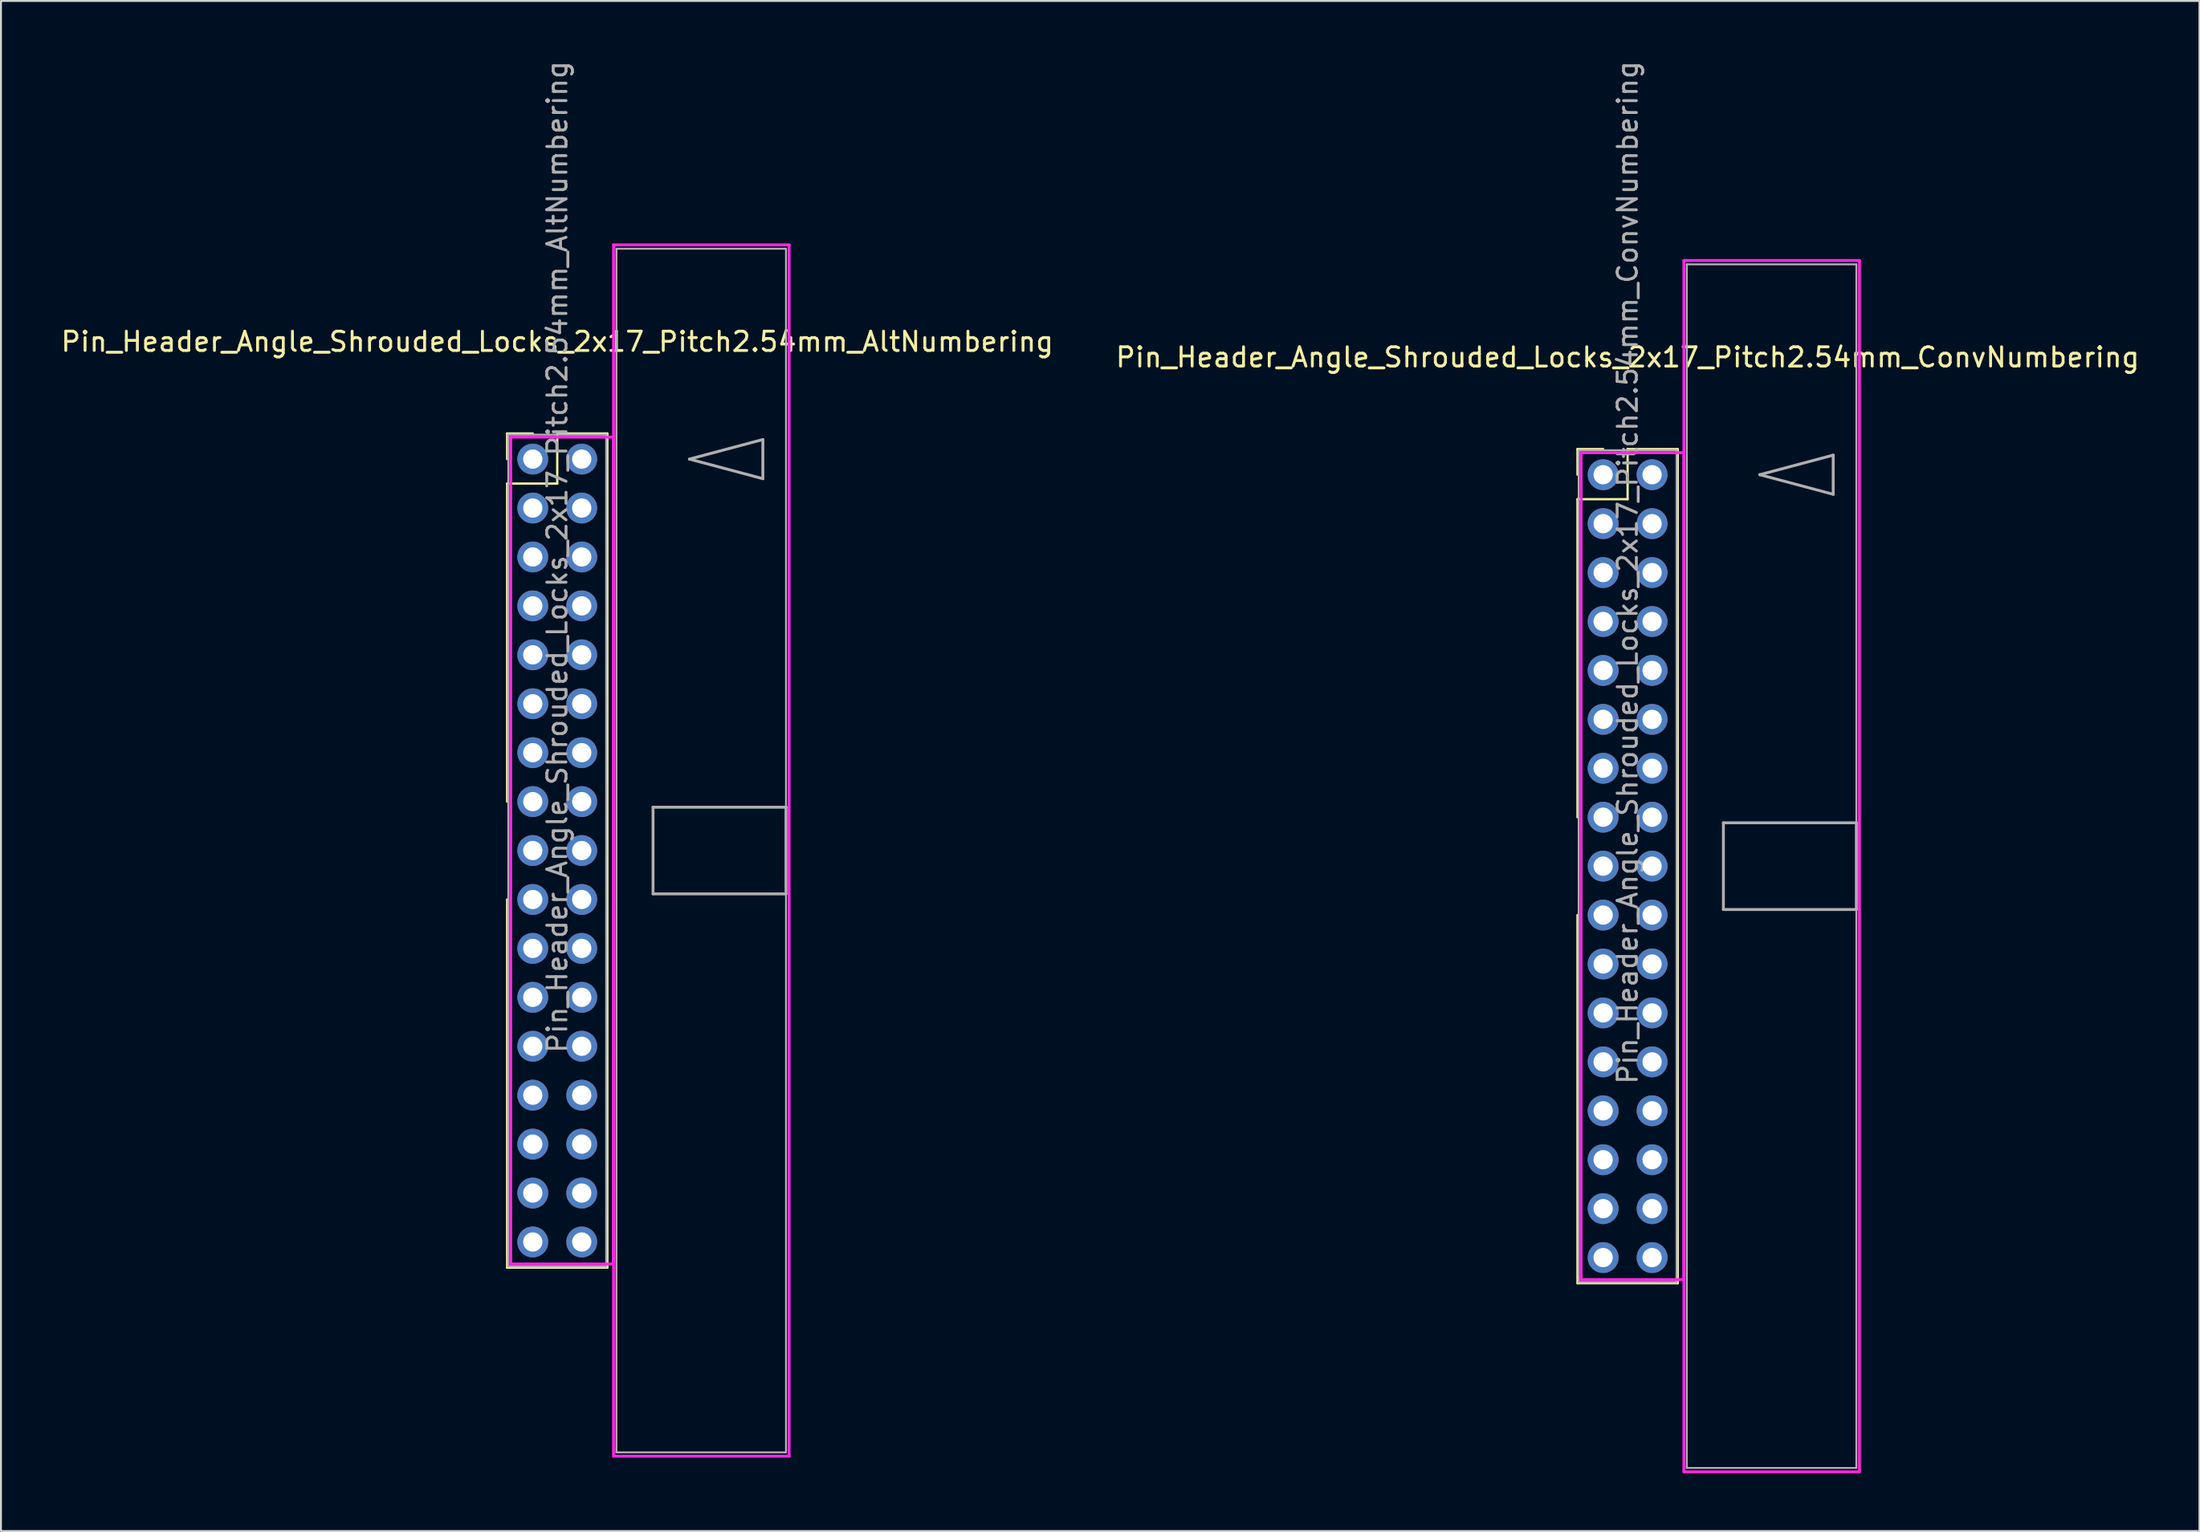
<source format=kicad_pcb>
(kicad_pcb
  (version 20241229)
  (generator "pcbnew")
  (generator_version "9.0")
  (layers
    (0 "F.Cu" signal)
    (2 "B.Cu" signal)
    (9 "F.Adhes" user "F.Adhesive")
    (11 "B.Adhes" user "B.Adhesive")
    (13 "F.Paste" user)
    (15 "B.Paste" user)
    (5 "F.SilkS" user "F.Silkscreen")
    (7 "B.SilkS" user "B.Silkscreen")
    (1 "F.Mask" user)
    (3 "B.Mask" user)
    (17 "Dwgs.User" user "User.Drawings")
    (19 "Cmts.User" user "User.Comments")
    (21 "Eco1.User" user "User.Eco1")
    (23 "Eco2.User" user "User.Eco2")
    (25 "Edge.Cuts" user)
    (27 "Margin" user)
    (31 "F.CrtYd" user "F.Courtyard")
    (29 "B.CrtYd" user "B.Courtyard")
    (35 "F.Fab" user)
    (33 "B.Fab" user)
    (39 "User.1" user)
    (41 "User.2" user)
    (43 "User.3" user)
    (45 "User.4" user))
  (footprint "Pin_Header_Angle_Shrouded_Locks_2x17_Pitch2.54mm_AltNumbering"
    (layer "F.Cu")
    (at 24.593 20.783)
    (property "Reference" "Pin_Header_Angle_Shrouded_Locks_2x17_Pitch2.54mm_AltNumbering" (at 1.27 -6.096 0) (layer "F.SilkS") (effects (font (size 1 1) (thickness 0.15))))
    (attr through_hole)
    (fp_line (start -1.33 -1.33) (end 0 -1.33) (stroke (width 0.12) (type solid)) (layer "F.SilkS"))
    (fp_line (start -1.33 0) (end -1.33 -1.33) (stroke (width 0.12) (type solid)) (layer "F.SilkS"))
    (fp_line (start -1.33 1.27) (end -1.33 17.78) (stroke (width 0.12) (type solid)) (layer "F.SilkS"))
    (fp_line (start -1.33 1.27) (end 1.27 1.27) (stroke (width 0.12) (type solid)) (layer "F.SilkS"))
    (fp_line (start -1.33 22.86) (end -1.33 41.97) (stroke (width 0.12) (type solid)) (layer "F.SilkS"))
    (fp_line (start -1.33 41.97) (end 3.87 41.97) (stroke (width 0.12) (type solid)) (layer "F.SilkS"))
    (fp_line (start 1.27 -1.33) (end 3.87 -1.33) (stroke (width 0.12) (type solid)) (layer "F.SilkS"))
    (fp_line (start 1.27 1.27) (end 1.27 -1.33) (stroke (width 0.12) (type solid)) (layer "F.SilkS"))
    (fp_line (start 3.87 -1.33) (end 3.87 41.97) (stroke (width 0.12) (type solid)) (layer "F.SilkS"))
    (fp_line (start -1.143 -1.143) (end -1.143 41.783) (stroke (width 0.15) (type solid)) (layer "F.CrtYd"))
    (fp_line (start -1.143 41.783) (end 4.19 41.783) (stroke (width 0.15) (type solid)) (layer "F.CrtYd"))
    (fp_line (start 4.19 -11.12) (end 4.19 51.76) (stroke (width 0.15) (type solid)) (layer "F.CrtYd"))
    (fp_line (start 4.19 -1.143) (end -1.143 -1.143) (stroke (width 0.15) (type solid)) (layer "F.CrtYd"))
    (fp_line (start 4.19 41.783) (end 4.19 -1.143) (stroke (width 0.15) (type solid)) (layer "F.CrtYd"))
    (fp_line (start 4.19 51.76) (end 13.3 51.76) (stroke (width 0.15) (type solid)) (layer "F.CrtYd"))
    (fp_line (start 13.3 -11.12) (end 4.19 -11.12) (stroke (width 0.15) (type solid)) (layer "F.CrtYd"))
    (fp_line (start 13.3 51.76) (end 13.3 -11.12) (stroke (width 0.15) (type solid)) (layer "F.CrtYd"))
    (fp_line (start -1.27 -1.27) (end -1.27 41.91) (stroke (width 0.1) (type solid)) (layer "F.Fab"))
    (fp_line (start -1.27 41.91) (end 3.81 41.91) (stroke (width 0.1) (type solid)) (layer "F.Fab"))
    (fp_line (start 3.81 -1.27) (end -1.27 -1.27) (stroke (width 0.1) (type solid)) (layer "F.Fab"))
    (fp_line (start 3.81 41.91) (end 3.81 -1.27) (stroke (width 0.1) (type solid)) (layer "F.Fab"))
    (fp_line (start 4.34 -10.92) (end 4.34 51.56) (stroke (width 0.1) (type solid)) (layer "F.Fab"))
    (fp_line (start 4.34 51.56) (end 13.14 51.56) (stroke (width 0.1) (type solid)) (layer "F.Fab"))
    (fp_line (start 6.24 18.07) (end 6.24 22.57) (stroke (width 0.15) (type solid)) (layer "F.Fab"))
    (fp_line (start 6.24 22.57) (end 13.14 22.57) (stroke (width 0.15) (type solid)) (layer "F.Fab"))
    (fp_line (start 8.128 0) (end 11.938 -1.016) (stroke (width 0.15) (type solid)) (layer "F.Fab"))
    (fp_line (start 11.938 -1.016) (end 11.938 1.016) (stroke (width 0.15) (type solid)) (layer "F.Fab"))
    (fp_line (start 11.938 1.016) (end 8.128 0) (stroke (width 0.15) (type solid)) (layer "F.Fab"))
    (fp_line (start 13.14 -10.92) (end 4.34 -10.92) (stroke (width 0.1) (type solid)) (layer "F.Fab"))
    (fp_line (start 13.14 18.07) (end 6.24 18.07) (stroke (width 0.15) (type solid)) (layer "F.Fab"))
    (fp_line (start 13.14 22.57) (end 13.14 18.07) (stroke (width 0.15) (type solid)) (layer "F.Fab"))
    (fp_line (start 13.14 51.56) (end 13.14 -10.92) (stroke (width 0.1) (type solid)) (layer "F.Fab"))
    (fp_text user "${REFERENCE}" (at 1.27 5.08 90) (layer "F.Fab") (effects (font (size 1 1) (thickness 0.15))))
    (pad "1" thru_hole oval (at 0 0) (size 1.6 1.6) (drill 1) (layers "*.Cu" "*.Mask"))
    (pad "2" thru_hole oval (at 0 2.54) (size 1.6 1.6) (drill 1) (layers "*.Cu" "*.Mask"))
    (pad "3" thru_hole oval (at 0 5.08) (size 1.6 1.6) (drill 1) (layers "*.Cu" "*.Mask"))
    (pad "4" thru_hole oval (at 0 7.62) (size 1.6 1.6) (drill 1) (layers "*.Cu" "*.Mask"))
    (pad "5" thru_hole oval (at 0 10.16) (size 1.6 1.6) (drill 1) (layers "*.Cu" "*.Mask"))
    (pad "6" thru_hole oval (at 0 12.7) (size 1.6 1.6) (drill 1) (layers "*.Cu" "*.Mask"))
    (pad "7" thru_hole oval (at 0 15.24) (size 1.6 1.6) (drill 1) (layers "*.Cu" "*.Mask"))
    (pad "8" thru_hole oval (at 0 17.78) (size 1.6 1.6) (drill 1) (layers "*.Cu" "*.Mask"))
    (pad "9" thru_hole oval (at 0 20.32) (size 1.6 1.6) (drill 1) (layers "*.Cu" "*.Mask"))
    (pad "10" thru_hole oval (at 0 22.86) (size 1.6 1.6) (drill 1) (layers "*.Cu" "*.Mask"))
    (pad "11" thru_hole oval (at 0 25.4) (size 1.6 1.6) (drill 1) (layers "*.Cu" "*.Mask"))
    (pad "12" thru_hole oval (at 0 27.94) (size 1.6 1.6) (drill 1) (layers "*.Cu" "*.Mask"))
    (pad "13" thru_hole oval (at 0 30.48) (size 1.6 1.6) (drill 1) (layers "*.Cu" "*.Mask"))
    (pad "14" thru_hole oval (at 0 33.02) (size 1.6 1.6) (drill 1) (layers "*.Cu" "*.Mask"))
    (pad "15" thru_hole oval (at 0 35.56) (size 1.6 1.6) (drill 1) (layers "*.Cu" "*.Mask"))
    (pad "16" thru_hole oval (at 0 38.1) (size 1.6 1.6) (drill 1) (layers "*.Cu" "*.Mask"))
    (pad "17" thru_hole oval (at 0 40.64) (size 1.6 1.6) (drill 1) (layers "*.Cu" "*.Mask"))
    (pad "18" thru_hole oval (at 2.54 0) (size 1.6 1.6) (drill 1) (layers "*.Cu" "*.Mask"))
    (pad "19" thru_hole oval (at 2.54 2.54) (size 1.6 1.6) (drill 1) (layers "*.Cu" "*.Mask"))
    (pad "20" thru_hole oval (at 2.54 5.08) (size 1.6 1.6) (drill 1) (layers "*.Cu" "*.Mask"))
    (pad "21" thru_hole oval (at 2.54 7.62) (size 1.6 1.6) (drill 1) (layers "*.Cu" "*.Mask"))
    (pad "22" thru_hole oval (at 2.54 10.16) (size 1.6 1.6) (drill 1) (layers "*.Cu" "*.Mask"))
    (pad "23" thru_hole oval (at 2.54 12.7) (size 1.6 1.6) (drill 1) (layers "*.Cu" "*.Mask"))
    (pad "24" thru_hole oval (at 2.54 15.24) (size 1.6 1.6) (drill 1) (layers "*.Cu" "*.Mask"))
    (pad "25" thru_hole oval (at 2.54 17.78) (size 1.6 1.6) (drill 1) (layers "*.Cu" "*.Mask"))
    (pad "26" thru_hole oval (at 2.54 20.32) (size 1.6 1.6) (drill 1) (layers "*.Cu" "*.Mask"))
    (pad "27" thru_hole oval (at 2.54 22.86) (size 1.6 1.6) (drill 1) (layers "*.Cu" "*.Mask"))
    (pad "28" thru_hole oval (at 2.54 25.4) (size 1.6 1.6) (drill 1) (layers "*.Cu" "*.Mask"))
    (pad "29" thru_hole oval (at 2.54 27.94) (size 1.6 1.6) (drill 1) (layers "*.Cu" "*.Mask"))
    (pad "30" thru_hole oval (at 2.54 30.48) (size 1.6 1.6) (drill 1) (layers "*.Cu" "*.Mask"))
    (pad "31" thru_hole oval (at 2.54 33.02) (size 1.6 1.6) (drill 1) (layers "*.Cu" "*.Mask"))
    (pad "32" thru_hole oval (at 2.54 35.56) (size 1.6 1.6) (drill 1) (layers "*.Cu" "*.Mask"))
    (pad "33" thru_hole oval (at 2.54 38.1) (size 1.6 1.6) (drill 1) (layers "*.Cu" "*.Mask"))
    (pad "34" thru_hole oval (at 2.54 40.64) (size 1.6 1.6) (drill 1) (layers "*.Cu" "*.Mask")))
  (footprint "Pin_Header_Angle_Shrouded_Locks_2x17_Pitch2.54mm_ConvNumbering"
    (layer "F.Cu")
    (at 80.129 21.593)
    (property "Reference" "Pin_Header_Angle_Shrouded_Locks_2x17_Pitch2.54mm_ConvNumbering" (at 1.27 -6.096 0) (layer "F.SilkS") (effects (font (size 1 1) (thickness 0.15))))
    (attr through_hole)
    (fp_line (start -1.33 -1.33) (end 0 -1.33) (stroke (width 0.12) (type solid)) (layer "F.SilkS"))
    (fp_line (start -1.33 0) (end -1.33 -1.33) (stroke (width 0.12) (type solid)) (layer "F.SilkS"))
    (fp_line (start -1.33 1.27) (end -1.33 17.78) (stroke (width 0.12) (type solid)) (layer "F.SilkS"))
    (fp_line (start -1.33 1.27) (end 1.27 1.27) (stroke (width 0.12) (type solid)) (layer "F.SilkS"))
    (fp_line (start -1.33 22.86) (end -1.33 41.97) (stroke (width 0.12) (type solid)) (layer "F.SilkS"))
    (fp_line (start -1.33 41.97) (end 3.87 41.97) (stroke (width 0.12) (type solid)) (layer "F.SilkS"))
    (fp_line (start 1.27 -1.33) (end 3.87 -1.33) (stroke (width 0.12) (type solid)) (layer "F.SilkS"))
    (fp_line (start 1.27 1.27) (end 1.27 -1.33) (stroke (width 0.12) (type solid)) (layer "F.SilkS"))
    (fp_line (start 3.87 -1.33) (end 3.87 41.97) (stroke (width 0.12) (type solid)) (layer "F.SilkS"))
    (fp_line (start -1.143 -1.143) (end -1.143 41.783) (stroke (width 0.15) (type solid)) (layer "F.CrtYd"))
    (fp_line (start -1.143 41.783) (end 4.19 41.783) (stroke (width 0.15) (type solid)) (layer "F.CrtYd"))
    (fp_line (start 4.19 -11.12) (end 4.19 51.76) (stroke (width 0.15) (type solid)) (layer "F.CrtYd"))
    (fp_line (start 4.19 -1.143) (end -1.143 -1.143) (stroke (width 0.15) (type solid)) (layer "F.CrtYd"))
    (fp_line (start 4.19 41.783) (end 4.19 -1.143) (stroke (width 0.15) (type solid)) (layer "F.CrtYd"))
    (fp_line (start 4.19 51.76) (end 13.3 51.76) (stroke (width 0.15) (type solid)) (layer "F.CrtYd"))
    (fp_line (start 13.3 -11.12) (end 4.19 -11.12) (stroke (width 0.15) (type solid)) (layer "F.CrtYd"))
    (fp_line (start 13.3 51.76) (end 13.3 -11.12) (stroke (width 0.15) (type solid)) (layer "F.CrtYd"))
    (fp_line (start -1.27 -1.27) (end -1.27 41.91) (stroke (width 0.1) (type solid)) (layer "F.Fab"))
    (fp_line (start -1.27 41.91) (end 3.81 41.91) (stroke (width 0.1) (type solid)) (layer "F.Fab"))
    (fp_line (start 3.81 -1.27) (end -1.27 -1.27) (stroke (width 0.1) (type solid)) (layer "F.Fab"))
    (fp_line (start 3.81 41.91) (end 3.81 -1.27) (stroke (width 0.1) (type solid)) (layer "F.Fab"))
    (fp_line (start 4.34 -10.92) (end 4.34 51.56) (stroke (width 0.1) (type solid)) (layer "F.Fab"))
    (fp_line (start 4.34 51.56) (end 13.14 51.56) (stroke (width 0.1) (type solid)) (layer "F.Fab"))
    (fp_line (start 6.24 18.07) (end 6.24 22.57) (stroke (width 0.15) (type solid)) (layer "F.Fab"))
    (fp_line (start 6.24 22.57) (end 13.14 22.57) (stroke (width 0.15) (type solid)) (layer "F.Fab"))
    (fp_line (start 8.128 0) (end 11.938 -1.016) (stroke (width 0.15) (type solid)) (layer "F.Fab"))
    (fp_line (start 11.938 -1.016) (end 11.938 1.016) (stroke (width 0.15) (type solid)) (layer "F.Fab"))
    (fp_line (start 11.938 1.016) (end 8.128 0) (stroke (width 0.15) (type solid)) (layer "F.Fab"))
    (fp_line (start 13.14 -10.92) (end 4.34 -10.92) (stroke (width 0.1) (type solid)) (layer "F.Fab"))
    (fp_line (start 13.14 18.07) (end 6.24 18.07) (stroke (width 0.15) (type solid)) (layer "F.Fab"))
    (fp_line (start 13.14 22.57) (end 13.14 18.07) (stroke (width 0.15) (type solid)) (layer "F.Fab"))
    (fp_line (start 13.14 51.56) (end 13.14 -10.92) (stroke (width 0.1) (type solid)) (layer "F.Fab"))
    (fp_text user "${REFERENCE}" (at 1.27 5.08 90) (layer "F.Fab") (effects (font (size 1 1) (thickness 0.15))))
    (pad "1" thru_hole oval (at 0 0) (size 1.6 1.6) (drill 1) (layers "*.Cu" "*.Mask"))
    (pad "2" thru_hole oval (at 2.54 0) (size 1.6 1.6) (drill 1) (layers "*.Cu" "*.Mask"))
    (pad "3" thru_hole oval (at 0 2.54) (size 1.6 1.6) (drill 1) (layers "*.Cu" "*.Mask"))
    (pad "4" thru_hole oval (at 2.54 2.54) (size 1.6 1.6) (drill 1) (layers "*.Cu" "*.Mask"))
    (pad "5" thru_hole oval (at 0 5.08) (size 1.6 1.6) (drill 1) (layers "*.Cu" "*.Mask"))
    (pad "6" thru_hole oval (at 2.54 5.08) (size 1.6 1.6) (drill 1) (layers "*.Cu" "*.Mask"))
    (pad "7" thru_hole oval (at 0 7.62) (size 1.6 1.6) (drill 1) (layers "*.Cu" "*.Mask"))
    (pad "8" thru_hole oval (at 2.54 7.62) (size 1.6 1.6) (drill 1) (layers "*.Cu" "*.Mask"))
    (pad "9" thru_hole oval (at 0 10.16) (size 1.6 1.6) (drill 1) (layers "*.Cu" "*.Mask"))
    (pad "10" thru_hole oval (at 2.54 10.16) (size 1.6 1.6) (drill 1) (layers "*.Cu" "*.Mask"))
    (pad "11" thru_hole oval (at 0 12.7) (size 1.6 1.6) (drill 1) (layers "*.Cu" "*.Mask"))
    (pad "12" thru_hole oval (at 2.54 12.7) (size 1.6 1.6) (drill 1) (layers "*.Cu" "*.Mask"))
    (pad "13" thru_hole oval (at 0 15.24) (size 1.6 1.6) (drill 1) (layers "*.Cu" "*.Mask"))
    (pad "14" thru_hole oval (at 2.54 15.24) (size 1.6 1.6) (drill 1) (layers "*.Cu" "*.Mask"))
    (pad "15" thru_hole oval (at 0 17.78) (size 1.6 1.6) (drill 1) (layers "*.Cu" "*.Mask"))
    (pad "16" thru_hole oval (at 2.54 17.78) (size 1.6 1.6) (drill 1) (layers "*.Cu" "*.Mask"))
    (pad "17" thru_hole oval (at 0 20.32) (size 1.6 1.6) (drill 1) (layers "*.Cu" "*.Mask"))
    (pad "18" thru_hole oval (at 2.54 20.32) (size 1.6 1.6) (drill 1) (layers "*.Cu" "*.Mask"))
    (pad "19" thru_hole oval (at 0 22.86) (size 1.6 1.6) (drill 1) (layers "*.Cu" "*.Mask"))
    (pad "20" thru_hole oval (at 2.54 22.86) (size 1.6 1.6) (drill 1) (layers "*.Cu" "*.Mask"))
    (pad "21" thru_hole oval (at 0 25.4) (size 1.6 1.6) (drill 1) (layers "*.Cu" "*.Mask"))
    (pad "22" thru_hole oval (at 2.54 25.4) (size 1.6 1.6) (drill 1) (layers "*.Cu" "*.Mask"))
    (pad "23" thru_hole oval (at 0 27.94) (size 1.6 1.6) (drill 1) (layers "*.Cu" "*.Mask"))
    (pad "24" thru_hole oval (at 2.54 27.94) (size 1.6 1.6) (drill 1) (layers "*.Cu" "*.Mask"))
    (pad "25" thru_hole oval (at 0 30.48) (size 1.6 1.6) (drill 1) (layers "*.Cu" "*.Mask"))
    (pad "26" thru_hole oval (at 2.54 30.48) (size 1.6 1.6) (drill 1) (layers "*.Cu" "*.Mask"))
    (pad "27" thru_hole oval (at 0 33.02) (size 1.6 1.6) (drill 1) (layers "*.Cu" "*.Mask"))
    (pad "28" thru_hole oval (at 2.54 33.02) (size 1.6 1.6) (drill 1) (layers "*.Cu" "*.Mask"))
    (pad "29" thru_hole oval (at 0 35.56) (size 1.6 1.6) (drill 1) (layers "*.Cu" "*.Mask"))
    (pad "30" thru_hole oval (at 2.54 35.56) (size 1.6 1.6) (drill 1) (layers "*.Cu" "*.Mask"))
    (pad "31" thru_hole oval (at 0 38.1) (size 1.6 1.6) (drill 1) (layers "*.Cu" "*.Mask"))
    (pad "32" thru_hole oval (at 2.54 38.1) (size 1.6 1.6) (drill 1) (layers "*.Cu" "*.Mask"))
    (pad "33" thru_hole oval (at 0 40.64) (size 1.6 1.6) (drill 1) (layers "*.Cu" "*.Mask"))
    (pad "34" thru_hole oval (at 2.54 40.64) (size 1.6 1.6) (drill 1) (layers "*.Cu" "*.Mask")))
  (gr_rect
    (start -3 -3)
    (end 111.071 76.428)
    (stroke (width 0.1) (type default))
    (fill no)
    (layer "Edge.Cuts")))
</source>
